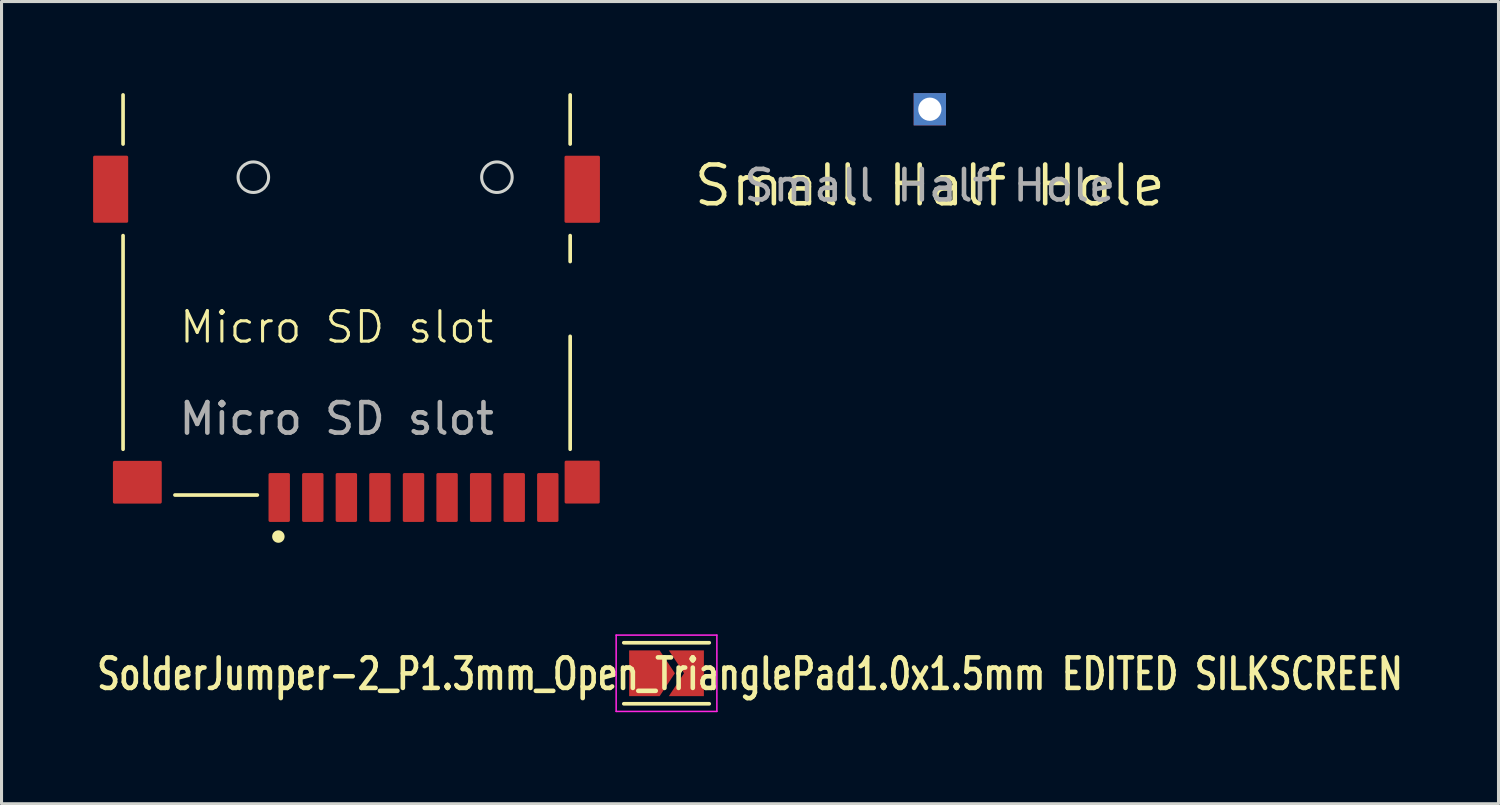
<source format=kicad_pcb>
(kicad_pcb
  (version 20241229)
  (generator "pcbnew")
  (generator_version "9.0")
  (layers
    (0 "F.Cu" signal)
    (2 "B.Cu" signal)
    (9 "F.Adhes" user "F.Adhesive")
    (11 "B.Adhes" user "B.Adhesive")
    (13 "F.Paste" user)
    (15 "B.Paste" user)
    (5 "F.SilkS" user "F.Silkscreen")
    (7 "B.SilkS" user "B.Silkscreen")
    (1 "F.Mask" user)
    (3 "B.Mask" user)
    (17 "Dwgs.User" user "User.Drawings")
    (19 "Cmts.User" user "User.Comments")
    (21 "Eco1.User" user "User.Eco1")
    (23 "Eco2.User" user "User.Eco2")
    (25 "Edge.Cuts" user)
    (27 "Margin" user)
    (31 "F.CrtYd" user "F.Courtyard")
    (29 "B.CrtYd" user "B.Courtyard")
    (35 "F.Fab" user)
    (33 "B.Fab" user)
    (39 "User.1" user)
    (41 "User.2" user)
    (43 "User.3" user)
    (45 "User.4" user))
  (footprint "SolderJumper-2_P1.3mm_Open_TrianglePad1.0x1.5mm EDITED SILKSCREEN"
    (layer "F.Cu")
    (at 18.789 19.01)
    (property "Reference" "SolderJumper-2_P1.3mm_Open_TrianglePad1.0x1.5mm EDITED SILKSCREEN" (at 2.736 0.025 0) (layer "F.SilkS") (effects (font (size 1 0.75) (thickness 0.15))))
    (attr exclude_from_pos_files exclude_from_bom)
    (fp_line (start -1.4 -1) (end 1.4 -1) (stroke (width 0.12) (type solid)) (layer "F.SilkS"))
    (fp_line (start 1.4 1) (end -1.4 1) (stroke (width 0.12) (type solid)) (layer "F.SilkS"))
    (fp_line (start -1.65 -1.25) (end -1.65 1.25) (stroke (width 0.05) (type solid)) (layer "F.CrtYd"))
    (fp_line (start -1.65 -1.25) (end 1.65 -1.25) (stroke (width 0.05) (type solid)) (layer "F.CrtYd"))
    (fp_line (start 1.65 1.25) (end -1.65 1.25) (stroke (width 0.05) (type solid)) (layer "F.CrtYd"))
    (fp_line (start 1.65 1.25) (end 1.65 -1.25) (stroke (width 0.05) (type solid)) (layer "F.CrtYd"))
    (pad "" smd custom (at -0.725 0) (size 0.3 0.3) (layers "F.Cu" "F.Mask" "F.Paste") (options (anchor rect)) (primitives (gr_poly (pts (xy 1 0) (xy 0.5 0.75) (xy -0.5 0.75) (xy -0.5 -0.75) (xy 0.5 -0.75)) (width 0) (fill yes))))
    (pad "" smd custom (at 0.725 0) (size 0.3 0.3) (layers "F.Cu" "F.Mask" "F.Paste") (options (anchor rect)) (primitives (gr_poly (pts (xy 0.5 0.75) (xy -0.65 0.75) (xy -0.15 0) (xy -0.65 -0.75) (xy 0.5 -0.75)) (width 0) (fill yes)))))
  (footprint "Small Half Hole"
    (layer "F.Cu")
    (at 27.417 3.029)
    (property "Reference" "Small Half Hole" (at 0 0 0) (layer "F.SilkS") (effects (font (size 1.27 1.27) (thickness 0.15))))
    (fp_text user "${REFERENCE}" (at 0 0 0) (unlocked yes) (layer "F.Fab") (effects (font (size 1 1) (thickness 0.15))))
    (pad "" thru_hole rect (at 0 -2.5) (size 1.058 1.058) (drill 0.762) (property pad_prop_castellated) (layers "*.Cu" "*.Mask")))
  (footprint "Micro SD slot"
    (layer "F.Cu")
    (at 7.982 8.17)
    (property "Reference" "Micro SD slot" (at 0 -0.5 0) (unlocked yes) (layer "F.SilkS") (effects (font (size 1 1) (thickness 0.1))))
    (fp_circle (center -2.731 -5.414) (end -2.191 -5.414) (stroke (width 0.1) (type solid)) (fill yes) (layer "F.Mask"))
    (fp_circle (center 5.25 -5.414) (end 5.79 -5.414) (stroke (width 0.1) (type solid)) (fill yes) (layer "F.Mask"))
    (fp_circle (center -2.731 -5.414) (end -2.191 -5.414) (stroke (width 0.1) (type solid)) (fill yes) (layer "B.Mask"))
    (fp_circle (center 5.25 -5.414) (end 5.79 -5.414) (stroke (width 0.1) (type solid)) (fill yes) (layer "B.Mask"))
    (fp_line (start -7 -8.11) (end -7 -6.5) (stroke (width 0.12) (type default)) (layer "F.SilkS"))
    (fp_line (start -7 -3.5) (end -7 3.5) (stroke (width 0.12) (type default)) (layer "F.SilkS"))
    (fp_line (start -5.3 5) (end -2.6 5) (stroke (width 0.12) (type default)) (layer "F.SilkS"))
    (fp_line (start 7.65 -8.11) (end 7.65 -6.5) (stroke (width 0.12) (type default)) (layer "F.SilkS"))
    (fp_line (start 7.65 -3.5) (end 7.65 -2.65) (stroke (width 0.12) (type default)) (layer "F.SilkS"))
    (fp_line (start 7.65 -0.2) (end 7.65 3.5) (stroke (width 0.12) (type default)) (layer "F.SilkS"))
    (fp_circle (center -1.911 6.361) (end -1.757 6.361) (stroke (width 0.1) (type solid)) (fill yes) (layer "F.SilkS"))
    (fp_circle (center -2.731 -5.414) (end -2.231 -5.414) (stroke (width 0.1) (type default)) (fill no) (layer "Edge.Cuts"))
    (fp_circle (center 5.25 -5.414) (end 5.75 -5.414) (stroke (width 0.1) (type default)) (fill no) (layer "Edge.Cuts"))
    (fp_text user "${REFERENCE}" (at 0 2.5 0) (unlocked yes) (layer "F.Fab") (effects (font (size 1 1) (thickness 0.15))))
    (pad "" smd roundrect (at -7.655 -4.27) (size 1.149 2.198) (drill (offset 0.248 -0.75)) (layers "F.Cu" "F.Mask" "F.Paste") (roundrect_rratio 0.042))
    (pad "" smd roundrect (at -6.975 4.915) (size 1.6 1.4) (drill (offset 0.443 -0.334)) (layers "F.Cu" "F.Mask" "F.Paste") (roundrect_rratio 0.036))
    (pad "" smd roundrect (at -2.18 5.828) (size 0.701 1.601) (drill (offset 0.297 -0.747)) (layers "F.Cu" "F.Mask" "F.Paste") (roundrect_rratio 0.071))
    (pad "" smd roundrect (at -1.08 5.828) (size 0.701 1.601) (drill (offset 0.297 -0.747)) (layers "F.Cu" "F.Mask" "F.Paste") (roundrect_rratio 0.071))
    (pad "" smd roundrect (at 0.02 5.828) (size 0.701 1.601) (drill (offset 0.297 -0.747)) (layers "F.Cu" "F.Mask" "F.Paste") (roundrect_rratio 0.071))
    (pad "" smd roundrect (at 1.12 5.828) (size 0.701 1.601) (drill (offset 0.297 -0.747)) (layers "F.Cu" "F.Mask" "F.Paste") (roundrect_rratio 0.071))
    (pad "" smd roundrect (at 2.22 5.828) (size 0.701 1.601) (drill (offset 0.297 -0.747)) (layers "F.Cu" "F.Mask" "F.Paste") (roundrect_rratio 0.071))
    (pad "" smd roundrect (at 3.32 5.828) (size 0.701 1.601) (drill (offset 0.297 -0.747)) (layers "F.Cu" "F.Mask" "F.Paste") (roundrect_rratio 0.071))
    (pad "" smd roundrect (at 4.42 5.828) (size 0.701 1.601) (drill (offset 0.297 -0.747)) (layers "F.Cu" "F.Mask" "F.Paste") (roundrect_rratio 0.071))
    (pad "" smd roundrect (at 5.52 5.828) (size 0.701 1.601) (drill (offset 0.297 -0.747)) (layers "F.Cu" "F.Mask" "F.Paste") (roundrect_rratio 0.071))
    (pad "" smd roundrect (at 6.62 5.828) (size 0.701 1.601) (drill (offset 0.297 -0.747)) (layers "F.Cu" "F.Mask" "F.Paste") (roundrect_rratio 0.071))
    (pad "" smd roundrect (at 7.596 5.08) (size 1.151 1.405) (drill (offset 0.448 -0.504)) (layers "F.Cu" "F.Mask" "F.Paste") (roundrect_rratio 0.042))
    (pad "" smd roundrect (at 7.797 -4.269) (size 1.161 2.198) (drill (offset 0.248 -0.75)) (layers "F.Cu" "F.Mask" "F.Paste") (roundrect_rratio 0.042)))
  (gr_rect
    (start -3 -3)
    (end 46.05 23.285)
    (stroke (width 0.1) (type default))
    (fill no)
    (layer "Edge.Cuts")))
</source>
